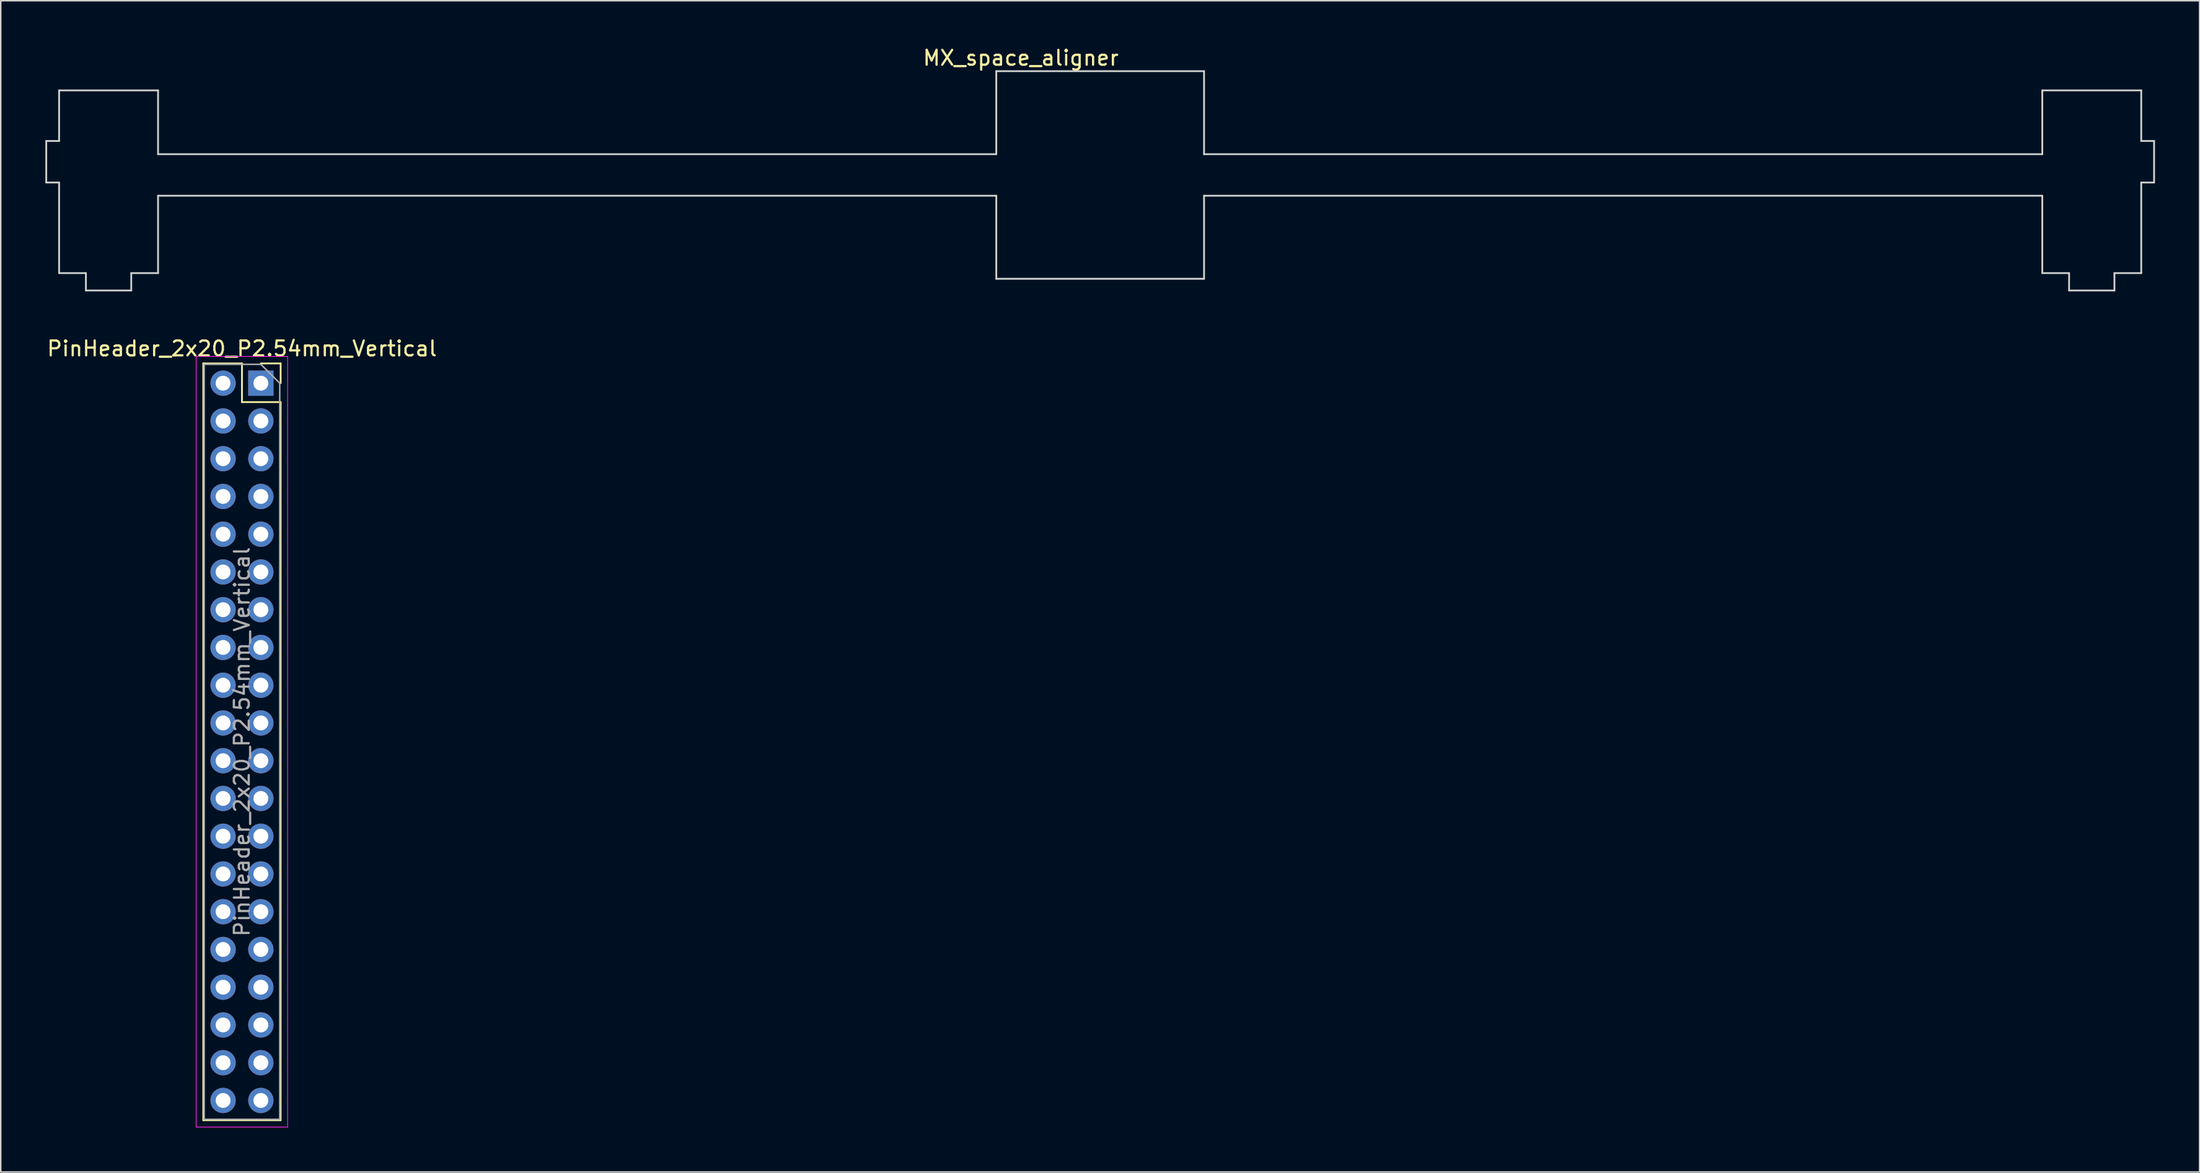
<source format=kicad_pcb>
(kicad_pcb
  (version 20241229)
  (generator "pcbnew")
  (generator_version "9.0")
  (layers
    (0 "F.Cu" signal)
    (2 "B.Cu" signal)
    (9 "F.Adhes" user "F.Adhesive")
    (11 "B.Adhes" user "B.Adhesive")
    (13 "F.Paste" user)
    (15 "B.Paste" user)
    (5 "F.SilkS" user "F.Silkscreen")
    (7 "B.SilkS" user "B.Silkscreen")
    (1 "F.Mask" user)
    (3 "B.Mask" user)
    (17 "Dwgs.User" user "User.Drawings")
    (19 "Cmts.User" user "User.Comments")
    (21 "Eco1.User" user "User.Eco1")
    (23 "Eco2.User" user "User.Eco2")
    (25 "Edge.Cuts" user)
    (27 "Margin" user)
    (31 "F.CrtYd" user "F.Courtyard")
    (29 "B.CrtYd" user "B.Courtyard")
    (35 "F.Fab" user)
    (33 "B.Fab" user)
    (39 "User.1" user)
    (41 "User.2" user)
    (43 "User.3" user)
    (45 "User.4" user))
  (footprint "MX_space_aligner"
    (layer "F.Cu")
    (at 70.926 8.722)
    (property "Reference" "MX_space_aligner" (at -5.334 -7.874 0) (layer "F.SilkS") (effects (font (size 1 1) (thickness 0.15))))
    (attr through_hole)
    (fp_line (start -70.866 -2.286) (end -70.002 -2.286) (stroke (width 0.12) (type solid)) (layer "Edge.Cuts"))
    (fp_line (start -70.866 0.508) (end -70.866 -2.286) (stroke (width 0.12) (type solid)) (layer "Edge.Cuts"))
    (fp_line (start -70.002 -5.69) (end -63.348 -5.69) (stroke (width 0.12) (type solid)) (layer "Edge.Cuts"))
    (fp_line (start -70.002 -2.286) (end -70.002 -5.69) (stroke (width 0.12) (type solid)) (layer "Edge.Cuts"))
    (fp_line (start -70.002 0.508) (end -70.866 0.508) (stroke (width 0.12) (type solid)) (layer "Edge.Cuts"))
    (fp_line (start -70.002 6.604) (end -70.002 0.508) (stroke (width 0.12) (type solid)) (layer "Edge.Cuts"))
    (fp_line (start -68.199 6.604) (end -70.002 6.604) (stroke (width 0.12) (type solid)) (layer "Edge.Cuts"))
    (fp_line (start -68.199 7.772) (end -68.199 6.604) (stroke (width 0.12) (type solid)) (layer "Edge.Cuts"))
    (fp_line (start -65.151 6.604) (end -65.151 7.772) (stroke (width 0.12) (type solid)) (layer "Edge.Cuts"))
    (fp_line (start -65.151 7.772) (end -68.199 7.772) (stroke (width 0.12) (type solid)) (layer "Edge.Cuts"))
    (fp_line (start -63.348 -5.69) (end -63.348 -1.397) (stroke (width 0.12) (type solid)) (layer "Edge.Cuts"))
    (fp_line (start -63.348 -1.397) (end -6.985 -1.397) (stroke (width 0.12) (type solid)) (layer "Edge.Cuts"))
    (fp_line (start -63.348 1.397) (end -63.348 6.604) (stroke (width 0.12) (type solid)) (layer "Edge.Cuts"))
    (fp_line (start -63.348 6.604) (end -65.151 6.604) (stroke (width 0.12) (type solid)) (layer "Edge.Cuts"))
    (fp_line (start -6.985 -6.985) (end 6.985 -6.985) (stroke (width 0.12) (type solid)) (layer "Edge.Cuts"))
    (fp_line (start -6.985 -1.397) (end -6.985 -6.985) (stroke (width 0.12) (type solid)) (layer "Edge.Cuts"))
    (fp_line (start -6.985 1.397) (end -63.348 1.397) (stroke (width 0.12) (type solid)) (layer "Edge.Cuts"))
    (fp_line (start -6.985 6.985) (end -6.985 1.397) (stroke (width 0.12) (type solid)) (layer "Edge.Cuts"))
    (fp_line (start 6.985 -6.985) (end 6.985 -1.397) (stroke (width 0.12) (type solid)) (layer "Edge.Cuts"))
    (fp_line (start 6.985 -1.397) (end 63.348 -1.397) (stroke (width 0.12) (type solid)) (layer "Edge.Cuts"))
    (fp_line (start 6.985 1.397) (end 6.985 6.985) (stroke (width 0.12) (type solid)) (layer "Edge.Cuts"))
    (fp_line (start 6.985 6.985) (end -6.985 6.985) (stroke (width 0.12) (type solid)) (layer "Edge.Cuts"))
    (fp_line (start 63.348 -5.69) (end 70.002 -5.69) (stroke (width 0.12) (type solid)) (layer "Edge.Cuts"))
    (fp_line (start 63.348 -1.397) (end 63.348 -5.69) (stroke (width 0.12) (type solid)) (layer "Edge.Cuts"))
    (fp_line (start 63.348 1.397) (end 6.985 1.397) (stroke (width 0.12) (type solid)) (layer "Edge.Cuts"))
    (fp_line (start 63.348 6.604) (end 63.348 1.397) (stroke (width 0.12) (type solid)) (layer "Edge.Cuts"))
    (fp_line (start 65.151 6.604) (end 63.348 6.604) (stroke (width 0.12) (type solid)) (layer "Edge.Cuts"))
    (fp_line (start 65.151 7.772) (end 65.151 6.604) (stroke (width 0.12) (type solid)) (layer "Edge.Cuts"))
    (fp_line (start 68.199 6.604) (end 68.199 7.772) (stroke (width 0.12) (type solid)) (layer "Edge.Cuts"))
    (fp_line (start 68.199 7.772) (end 65.151 7.772) (stroke (width 0.12) (type solid)) (layer "Edge.Cuts"))
    (fp_line (start 70.002 -5.69) (end 70.002 -2.286) (stroke (width 0.12) (type solid)) (layer "Edge.Cuts"))
    (fp_line (start 70.002 -2.286) (end 70.866 -2.286) (stroke (width 0.12) (type solid)) (layer "Edge.Cuts"))
    (fp_line (start 70.002 0.508) (end 70.002 6.604) (stroke (width 0.12) (type solid)) (layer "Edge.Cuts"))
    (fp_line (start 70.002 6.604) (end 68.199 6.604) (stroke (width 0.12) (type solid)) (layer "Edge.Cuts"))
    (fp_line (start 70.866 -2.286) (end 70.866 0.508) (stroke (width 0.12) (type solid)) (layer "Edge.Cuts"))
    (fp_line (start 70.866 0.508) (end 70.002 0.508) (stroke (width 0.12) (type solid)) (layer "Edge.Cuts")))
  (footprint "PinHeader_2x20_P2.54mm_Vertical"
    (layer "F.Cu")
    (at 11.925 22.911)
    (property "Reference" "PinHeader_2x20_P2.54mm_Vertical" (at 1.295 -2.508 0) (layer "F.SilkS") (effects (font (size 1 1) (thickness 0.15))))
    (attr through_hole)
    (fp_line (start -1.305 -1.508) (end -1.305 49.412) (stroke (width 0.12) (type solid)) (layer "F.SilkS"))
    (fp_line (start 1.295 -1.508) (end -1.305 -1.508) (stroke (width 0.12) (type solid)) (layer "F.SilkS"))
    (fp_line (start 1.295 1.092) (end 1.295 -1.508) (stroke (width 0.12) (type solid)) (layer "F.SilkS"))
    (fp_line (start 3.895 -1.508) (end 2.565 -1.508) (stroke (width 0.12) (type solid)) (layer "F.SilkS"))
    (fp_line (start 3.895 -0.178) (end 3.895 -1.508) (stroke (width 0.12) (type solid)) (layer "F.SilkS"))
    (fp_line (start 3.895 1.092) (end 1.295 1.092) (stroke (width 0.12) (type solid)) (layer "F.SilkS"))
    (fp_line (start 3.895 1.092) (end 3.895 49.412) (stroke (width 0.12) (type solid)) (layer "F.SilkS"))
    (fp_line (start 3.895 49.412) (end -1.305 49.412) (stroke (width 0.12) (type solid)) (layer "F.SilkS"))
    (fp_line (start -1.785 -1.978) (end 4.365 -1.978) (stroke (width 0.05) (type solid)) (layer "F.CrtYd"))
    (fp_line (start -1.785 49.872) (end -1.785 -1.978) (stroke (width 0.05) (type solid)) (layer "F.CrtYd"))
    (fp_line (start 4.365 -1.978) (end 4.365 49.872) (stroke (width 0.05) (type solid)) (layer "F.CrtYd"))
    (fp_line (start 4.365 49.872) (end -1.785 49.872) (stroke (width 0.05) (type solid)) (layer "F.CrtYd"))
    (fp_line (start -1.245 -1.448) (end -1.245 49.352) (stroke (width 0.1) (type solid)) (layer "F.Fab"))
    (fp_line (start -1.245 49.352) (end 3.835 49.352) (stroke (width 0.1) (type solid)) (layer "F.Fab"))
    (fp_line (start 2.565 -1.448) (end -1.245 -1.448) (stroke (width 0.1) (type solid)) (layer "F.Fab"))
    (fp_line (start 3.835 -0.178) (end 2.565 -1.448) (stroke (width 0.1) (type solid)) (layer "F.Fab"))
    (fp_line (start 3.835 49.352) (end 3.835 -0.178) (stroke (width 0.1) (type solid)) (layer "F.Fab"))
    (fp_text user "${REFERENCE}" (at 1.295 23.952 90) (layer "F.Fab") (effects (font (size 1 1) (thickness 0.15))))
    (pad "1" thru_hole rect (at 2.565 -0.178) (size 1.7 1.7) (drill 1) (layers "*.Cu" "*.Mask"))
    (pad "2" thru_hole oval (at 0.025 -0.178) (size 1.7 1.7) (drill 1) (layers "*.Cu" "*.Mask"))
    (pad "3" thru_hole oval (at 2.565 2.362) (size 1.7 1.7) (drill 1) (layers "*.Cu" "*.Mask"))
    (pad "4" thru_hole oval (at 0.025 2.362) (size 1.7 1.7) (drill 1) (layers "*.Cu" "*.Mask"))
    (pad "5" thru_hole oval (at 2.565 4.902) (size 1.7 1.7) (drill 1) (layers "*.Cu" "*.Mask"))
    (pad "6" thru_hole oval (at 0.025 4.902) (size 1.7 1.7) (drill 1) (layers "*.Cu" "*.Mask"))
    (pad "7" thru_hole oval (at 2.565 7.442) (size 1.7 1.7) (drill 1) (layers "*.Cu" "*.Mask"))
    (pad "8" thru_hole oval (at 0.025 7.442) (size 1.7 1.7) (drill 1) (layers "*.Cu" "*.Mask"))
    (pad "9" thru_hole oval (at 2.565 9.982) (size 1.7 1.7) (drill 1) (layers "*.Cu" "*.Mask"))
    (pad "10" thru_hole oval (at 0.025 9.982) (size 1.7 1.7) (drill 1) (layers "*.Cu" "*.Mask"))
    (pad "11" thru_hole oval (at 2.565 12.522) (size 1.7 1.7) (drill 1) (layers "*.Cu" "*.Mask"))
    (pad "12" thru_hole oval (at 0.025 12.522) (size 1.7 1.7) (drill 1) (layers "*.Cu" "*.Mask"))
    (pad "13" thru_hole oval (at 2.565 15.062) (size 1.7 1.7) (drill 1) (layers "*.Cu" "*.Mask"))
    (pad "14" thru_hole oval (at 0.025 15.062) (size 1.7 1.7) (drill 1) (layers "*.Cu" "*.Mask"))
    (pad "15" thru_hole oval (at 2.565 17.602) (size 1.7 1.7) (drill 1) (layers "*.Cu" "*.Mask"))
    (pad "16" thru_hole oval (at 0.025 17.602) (size 1.7 1.7) (drill 1) (layers "*.Cu" "*.Mask"))
    (pad "17" thru_hole oval (at 2.565 20.142) (size 1.7 1.7) (drill 1) (layers "*.Cu" "*.Mask"))
    (pad "18" thru_hole oval (at 0.025 20.142) (size 1.7 1.7) (drill 1) (layers "*.Cu" "*.Mask"))
    (pad "19" thru_hole oval (at 2.565 22.682) (size 1.7 1.7) (drill 1) (layers "*.Cu" "*.Mask"))
    (pad "20" thru_hole oval (at 0.025 22.682) (size 1.7 1.7) (drill 1) (layers "*.Cu" "*.Mask"))
    (pad "21" thru_hole oval (at 2.565 25.222) (size 1.7 1.7) (drill 1) (layers "*.Cu" "*.Mask"))
    (pad "22" thru_hole oval (at 0.025 25.222) (size 1.7 1.7) (drill 1) (layers "*.Cu" "*.Mask"))
    (pad "23" thru_hole oval (at 2.565 27.762) (size 1.7 1.7) (drill 1) (layers "*.Cu" "*.Mask"))
    (pad "24" thru_hole oval (at 0.025 27.762) (size 1.7 1.7) (drill 1) (layers "*.Cu" "*.Mask"))
    (pad "25" thru_hole oval (at 2.565 30.302) (size 1.7 1.7) (drill 1) (layers "*.Cu" "*.Mask"))
    (pad "26" thru_hole oval (at 0.025 30.302) (size 1.7 1.7) (drill 1) (layers "*.Cu" "*.Mask"))
    (pad "27" thru_hole oval (at 2.565 32.842) (size 1.7 1.7) (drill 1) (layers "*.Cu" "*.Mask"))
    (pad "28" thru_hole oval (at 0.025 32.842) (size 1.7 1.7) (drill 1) (layers "*.Cu" "*.Mask"))
    (pad "29" thru_hole oval (at 2.565 35.382) (size 1.7 1.7) (drill 1) (layers "*.Cu" "*.Mask"))
    (pad "30" thru_hole oval (at 0.025 35.382) (size 1.7 1.7) (drill 1) (layers "*.Cu" "*.Mask"))
    (pad "31" thru_hole oval (at 2.565 37.922) (size 1.7 1.7) (drill 1) (layers "*.Cu" "*.Mask"))
    (pad "32" thru_hole oval (at 0.025 37.922) (size 1.7 1.7) (drill 1) (layers "*.Cu" "*.Mask"))
    (pad "33" thru_hole oval (at 2.565 40.462) (size 1.7 1.7) (drill 1) (layers "*.Cu" "*.Mask"))
    (pad "34" thru_hole oval (at 0.025 40.462) (size 1.7 1.7) (drill 1) (layers "*.Cu" "*.Mask"))
    (pad "35" thru_hole oval (at 2.565 43.002) (size 1.7 1.7) (drill 1) (layers "*.Cu" "*.Mask"))
    (pad "36" thru_hole oval (at 0.025 43.002) (size 1.7 1.7) (drill 1) (layers "*.Cu" "*.Mask"))
    (pad "37" thru_hole oval (at 2.565 45.542) (size 1.7 1.7) (drill 1) (layers "*.Cu" "*.Mask"))
    (pad "38" thru_hole oval (at 0.025 45.542) (size 1.7 1.7) (drill 1) (layers "*.Cu" "*.Mask"))
    (pad "39" thru_hole oval (at 2.565 48.082) (size 1.7 1.7) (drill 1) (layers "*.Cu" "*.Mask"))
    (pad "40" thru_hole oval (at 0.025 48.082) (size 1.7 1.7) (drill 1) (layers "*.Cu" "*.Mask")))
  (gr_rect
    (start -3 -3)
    (end 144.852 75.808)
    (stroke (width 0.1) (type default))
    (fill no)
    (layer "Edge.Cuts")))
</source>
